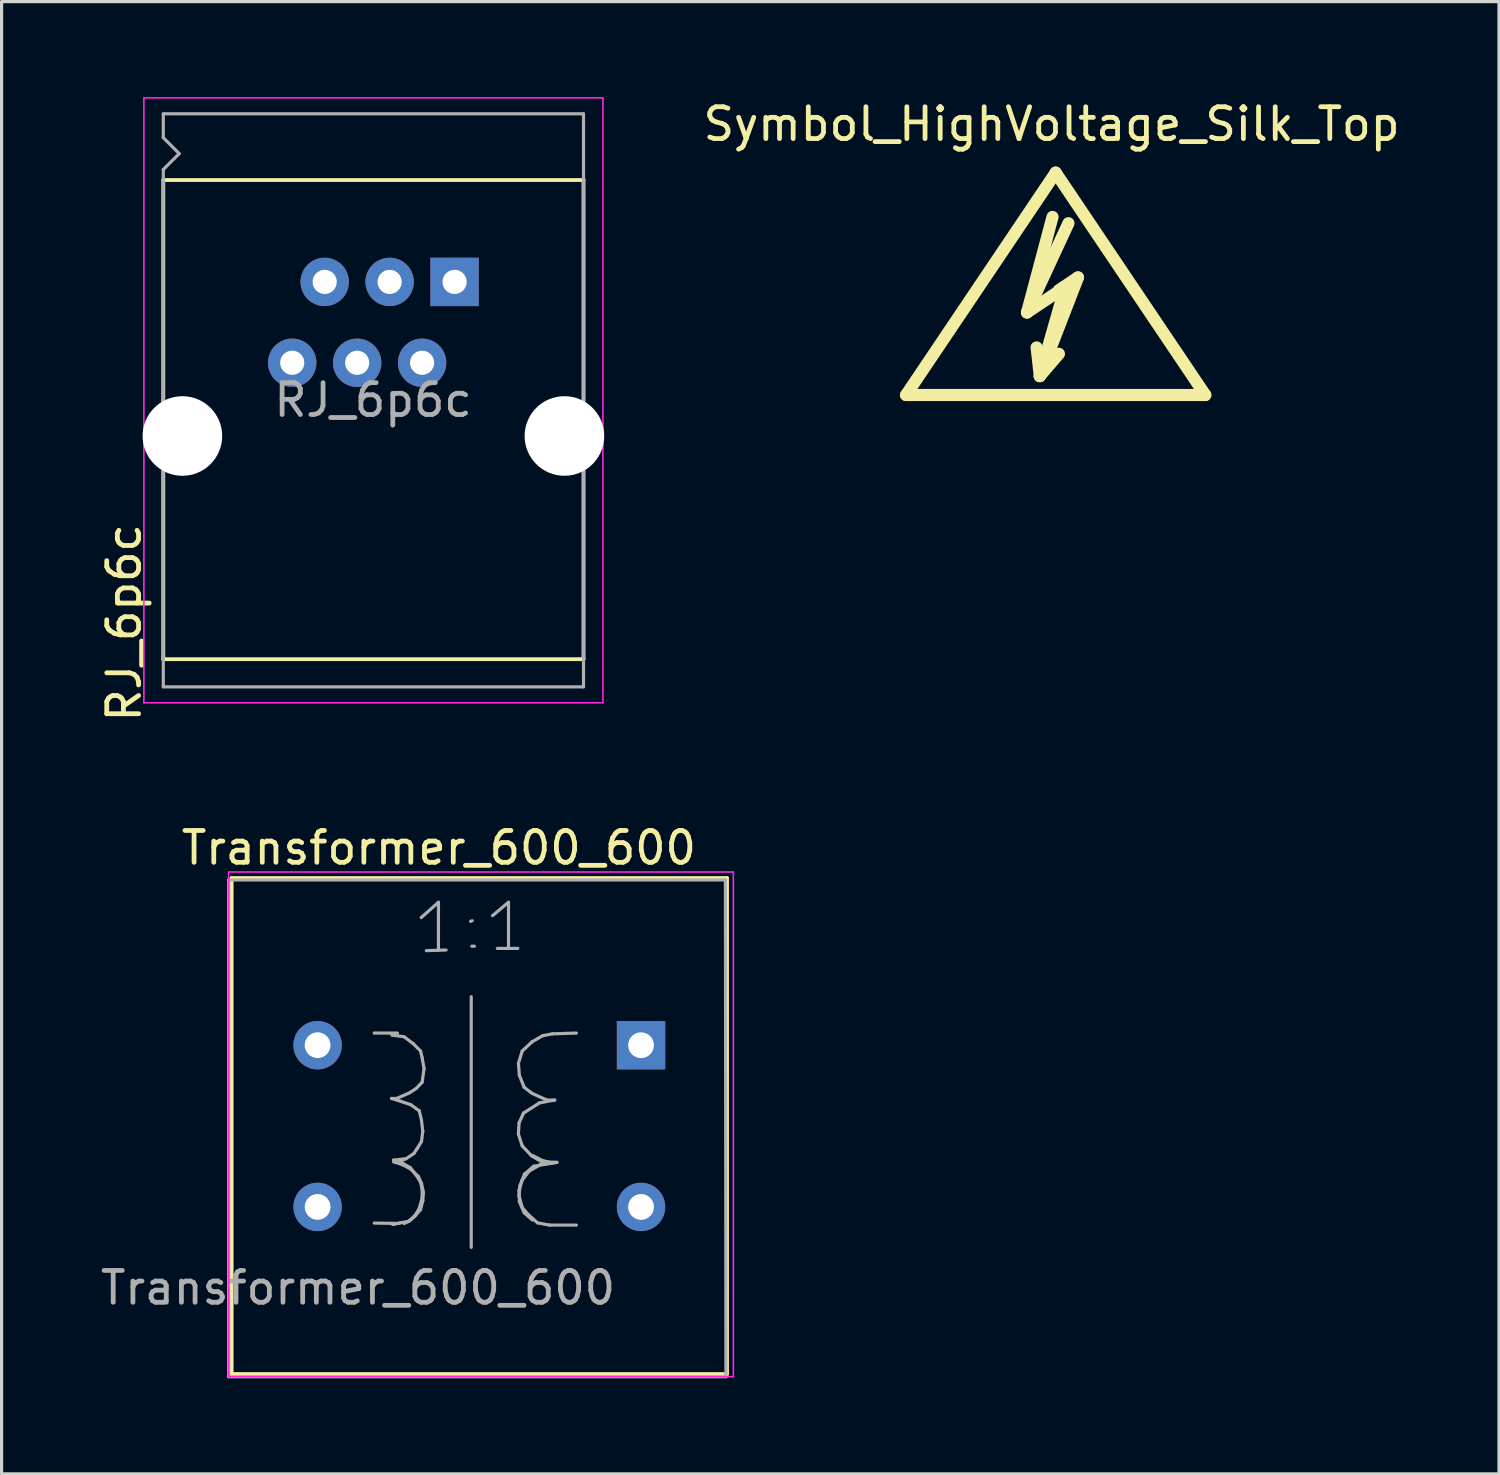
<source format=kicad_pcb>
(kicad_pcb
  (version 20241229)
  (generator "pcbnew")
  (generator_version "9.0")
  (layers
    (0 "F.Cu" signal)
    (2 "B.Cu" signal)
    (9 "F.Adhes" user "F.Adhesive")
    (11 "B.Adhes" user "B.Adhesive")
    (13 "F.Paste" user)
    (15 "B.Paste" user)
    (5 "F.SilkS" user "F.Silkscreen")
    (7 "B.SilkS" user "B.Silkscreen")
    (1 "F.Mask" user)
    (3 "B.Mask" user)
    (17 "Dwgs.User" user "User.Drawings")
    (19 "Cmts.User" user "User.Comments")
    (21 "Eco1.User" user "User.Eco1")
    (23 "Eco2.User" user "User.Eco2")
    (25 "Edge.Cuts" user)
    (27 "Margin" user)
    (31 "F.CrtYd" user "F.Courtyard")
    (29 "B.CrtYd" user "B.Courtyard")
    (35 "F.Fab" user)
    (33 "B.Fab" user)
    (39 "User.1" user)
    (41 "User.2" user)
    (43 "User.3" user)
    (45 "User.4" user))
  (footprint "RJ_6p6c"
    (layer "F.Cu")
    (at 5.509 1.755)
    (property "Reference" "RJ_6p6c" (at -4.661 14.757 90) (layer "F.SilkS") (effects (font (size 1 1) (thickness 0.15))))
    (attr through_hole)
    (fp_line (start -3.43 0.85) (end 9.77 0.85) (stroke (width 0.12) (type solid)) (layer "F.SilkS"))
    (fp_line (start -3.43 7.72) (end -3.43 7.79) (stroke (width 0.1) (type solid)) (layer "F.SilkS"))
    (fp_line (start -3.43 7.79) (end -3.43 0.85) (stroke (width 0.12) (type solid)) (layer "F.SilkS"))
    (fp_line (start -3.43 15.9) (end -3.43 9.99) (stroke (width 0.12) (type solid)) (layer "F.SilkS"))
    (fp_line (start 9.77 0.85) (end 9.77 7.79) (stroke (width 0.12) (type solid)) (layer "F.SilkS"))
    (fp_line (start 9.77 15.9) (end -3.43 15.9) (stroke (width 0.12) (type solid)) (layer "F.SilkS"))
    (fp_line (start 9.77 15.9) (end 9.77 9.99) (stroke (width 0.12) (type solid)) (layer "F.SilkS"))
    (fp_line (start -4.04 -1.73) (end 10.38 -1.73) (stroke (width 0.05) (type solid)) (layer "F.CrtYd"))
    (fp_line (start -4.04 17.27) (end -4.04 -1.73) (stroke (width 0.05) (type solid)) (layer "F.CrtYd"))
    (fp_line (start 10.38 -1.73) (end 10.38 17.27) (stroke (width 0.05) (type solid)) (layer "F.CrtYd"))
    (fp_line (start 10.38 17.27) (end -4.04 17.27) (stroke (width 0.05) (type solid)) (layer "F.CrtYd"))
    (fp_line (start -3.43 -1.23) (end 9.77 -1.23) (stroke (width 0.1) (type solid)) (layer "F.Fab"))
    (fp_line (start -3.43 -0.48) (end -3.43 -1.23) (stroke (width 0.1) (type solid)) (layer "F.Fab"))
    (fp_line (start -3.43 0.52) (end -2.93 0.02) (stroke (width 0.1) (type solid)) (layer "F.Fab"))
    (fp_line (start -3.43 16.77) (end -3.43 0.52) (stroke (width 0.1) (type solid)) (layer "F.Fab"))
    (fp_line (start -2.93 0.02) (end -3.43 -0.48) (stroke (width 0.1) (type solid)) (layer "F.Fab"))
    (fp_line (start 9.77 -1.23) (end 9.77 16.77) (stroke (width 0.1) (type solid)) (layer "F.Fab"))
    (fp_line (start 9.77 16.77) (end -3.43 16.77) (stroke (width 0.1) (type solid)) (layer "F.Fab"))
    (fp_text user "${REFERENCE}" (at 3.16 7.76 180) (layer "F.Fab") (effects (font (size 1 1) (thickness 0.15))))
    (pad "" np_thru_hole circle (at -2.83 8.89) (size 2.5 2.5) (drill 2.5) (layers "*.Cu" "*.Mask"))
    (pad "" np_thru_hole circle (at 9.17 8.89) (size 2.5 2.5) (drill 2.5) (layers "*.Cu" "*.Mask"))
    (pad "1" thru_hole rect (at 5.72 4.05) (size 1.52 1.52) (drill 0.76) (layers "*.Cu" "*.Mask"))
    (pad "2" thru_hole circle (at 4.7 6.59) (size 1.52 1.52) (drill 0.76) (layers "*.Cu" "*.Mask"))
    (pad "3" thru_hole circle (at 3.68 4.05) (size 1.52 1.52) (drill 0.76) (layers "*.Cu" "*.Mask"))
    (pad "4" thru_hole circle (at 2.66 6.59) (size 1.52 1.52) (drill 0.76) (layers "*.Cu" "*.Mask"))
    (pad "5" thru_hole circle (at 1.64 4.05) (size 1.52 1.52) (drill 0.76) (layers "*.Cu" "*.Mask"))
    (pad "6" thru_hole circle (at 0.62 6.59) (size 1.52 1.52) (drill 0.76) (layers "*.Cu" "*.Mask")))
  (footprint "Symbol_HighVoltage_Silk_Top"
    (layer "F.Cu")
    (at 30.11 6.563)
    (property "Reference" "Symbol_HighVoltage_Silk_Top" (at -0.127 -5.715 0) (layer "F.SilkS") (effects (font (size 1 1) (thickness 0.15))))
    (attr exclude_from_pos_files exclude_from_bom)
    (fp_line (start -4.699 2.794) (end 0 -4.191) (stroke (width 0.381) (type solid)) (layer "F.SilkS"))
    (fp_line (start -0.899 0.201) (end 0.3 -0.599) (stroke (width 0.381) (type solid)) (layer "F.SilkS"))
    (fp_line (start -0.899 0.201) (end 0.401 -2.601) (stroke (width 0.381) (type solid)) (layer "F.SilkS"))
    (fp_line (start -0.498 2.2) (end -0.599 1.3) (stroke (width 0.381) (type solid)) (layer "F.SilkS"))
    (fp_line (start -0.498 2.2) (end 0.102 1.501) (stroke (width 0.381) (type solid)) (layer "F.SilkS"))
    (fp_line (start -0.498 2.2) (end 0.701 -0.899) (stroke (width 0.381) (type solid)) (layer "F.SilkS"))
    (fp_line (start -0.099 -2.799) (end -0.899 0.201) (stroke (width 0.381) (type solid)) (layer "F.SilkS"))
    (fp_line (start 0 -4.191) (end 4.699 2.794) (stroke (width 0.381) (type solid)) (layer "F.SilkS"))
    (fp_line (start 0.3 -0.599) (end -0.498 2.2) (stroke (width 0.381) (type solid)) (layer "F.SilkS"))
    (fp_line (start 0.701 -0.899) (end 0.102 -0.5) (stroke (width 0.381) (type solid)) (layer "F.SilkS"))
    (fp_line (start 4.699 2.794) (end -4.699 2.794) (stroke (width 0.381) (type solid)) (layer "F.SilkS")))
  (footprint "Transformer_600_600"
    (layer "F.Cu")
    (at 17.086 29.781)
    (property "Reference" "Transformer_600_600" (at -6.35 -6.2 0) (layer "F.SilkS") (effects (font (size 1 1) (thickness 0.15))))
    (attr through_hole)
    (fp_line (start -12.86 -5.25) (end 2.7 -5.25) (stroke (width 0.12) (type solid)) (layer "F.SilkS"))
    (fp_line (start -12.86 10.33) (end -12.86 -5.25) (stroke (width 0.12) (type solid)) (layer "F.SilkS"))
    (fp_line (start 2.7 -5.25) (end 2.7 10.33) (stroke (width 0.12) (type solid)) (layer "F.SilkS"))
    (fp_line (start 2.7 10.33) (end -12.86 10.33) (stroke (width 0.12) (type solid)) (layer "F.SilkS"))
    (fp_line (start -12.954 -5.44) (end -12.954 10.414) (stroke (width 0.05) (type solid)) (layer "F.CrtYd"))
    (fp_line (start -12.954 -5.44) (end 2.9 -5.44) (stroke (width 0.05) (type solid)) (layer "F.CrtYd"))
    (fp_line (start 2.9 10.414) (end -12.954 10.414) (stroke (width 0.05) (type solid)) (layer "F.CrtYd"))
    (fp_line (start 2.9 10.414) (end 2.9 -5.44) (stroke (width 0.05) (type solid)) (layer "F.CrtYd"))
    (fp_line (start -12.954 -5.19) (end -12.954 10.414) (stroke (width 0.1) (type solid)) (layer "F.Fab"))
    (fp_line (start -12.954 10.414) (end 2.667 10.414) (stroke (width 0.1) (type solid)) (layer "F.Fab"))
    (fp_line (start -8.382 -0.381) (end -7.652 -0.381) (stroke (width 0.1) (type solid)) (layer "F.Fab"))
    (fp_line (start -7.836 1.673) (end -7.546 1.763) (stroke (width 0.1) (type solid)) (layer "F.Fab"))
    (fp_line (start -7.826 -0.317) (end -7.446 -0.267) (stroke (width 0.1) (type solid)) (layer "F.Fab"))
    (fp_line (start -7.776 3.611) (end -7.516 3.691) (stroke (width 0.1) (type solid)) (layer "F.Fab"))
    (fp_line (start -7.776 5.631) (end -7.836 5.611) (stroke (width 0.1) (type solid)) (layer "F.Fab"))
    (fp_line (start -7.766 3.663) (end -7.496 3.753) (stroke (width 0.1) (type solid)) (layer "F.Fab"))
    (fp_line (start -7.676 1.673) (end -7.836 1.673) (stroke (width 0.1) (type solid)) (layer "F.Fab"))
    (fp_line (start -7.616 3.663) (end -7.766 3.663) (stroke (width 0.1) (type solid)) (layer "F.Fab"))
    (fp_line (start -7.605 5.598) (end -8.382 5.588) (stroke (width 0.1) (type solid)) (layer "F.Fab"))
    (fp_line (start -7.566 5.581) (end -7.776 5.631) (stroke (width 0.1) (type solid)) (layer "F.Fab"))
    (fp_line (start -7.546 1.763) (end -7.226 1.873) (stroke (width 0.1) (type solid)) (layer "F.Fab"))
    (fp_line (start -7.516 3.691) (end -7.246 3.851) (stroke (width 0.1) (type solid)) (layer "F.Fab"))
    (fp_line (start -7.496 3.753) (end -7.246 3.883) (stroke (width 0.1) (type solid)) (layer "F.Fab"))
    (fp_line (start -7.446 -0.267) (end -7.156 -0.047) (stroke (width 0.1) (type solid)) (layer "F.Fab"))
    (fp_line (start -7.446 3.571) (end -7.776 3.611) (stroke (width 0.1) (type solid)) (layer "F.Fab"))
    (fp_line (start -7.376 3.563) (end -7.616 3.663) (stroke (width 0.1) (type solid)) (layer "F.Fab"))
    (fp_line (start -7.296 5.531) (end -7.566 5.581) (stroke (width 0.1) (type solid)) (layer "F.Fab"))
    (fp_line (start -7.266 1.493) (end -7.676 1.673) (stroke (width 0.1) (type solid)) (layer "F.Fab"))
    (fp_line (start -7.266 5.513) (end -7.446 5.603) (stroke (width 0.1) (type solid)) (layer "F.Fab"))
    (fp_line (start -7.246 3.851) (end -7.056 4.091) (stroke (width 0.1) (type solid)) (layer "F.Fab"))
    (fp_line (start -7.246 3.883) (end -6.996 4.123) (stroke (width 0.1) (type solid)) (layer "F.Fab"))
    (fp_line (start -7.226 1.873) (end -6.966 2.063) (stroke (width 0.1) (type solid)) (layer "F.Fab"))
    (fp_line (start -7.156 -0.047) (end -6.926 0.183) (stroke (width 0.1) (type solid)) (layer "F.Fab"))
    (fp_line (start -7.136 3.403) (end -7.376 3.563) (stroke (width 0.1) (type solid)) (layer "F.Fab"))
    (fp_line (start -7.106 5.373) (end -7.266 5.513) (stroke (width 0.1) (type solid)) (layer "F.Fab"))
    (fp_line (start -7.086 5.331) (end -7.296 5.531) (stroke (width 0.1) (type solid)) (layer "F.Fab"))
    (fp_line (start -7.056 1.353) (end -7.266 1.493) (stroke (width 0.1) (type solid)) (layer "F.Fab"))
    (fp_line (start -7.056 4.091) (end -6.926 4.301) (stroke (width 0.1) (type solid)) (layer "F.Fab"))
    (fp_line (start -7.036 3.253) (end -7.136 3.403) (stroke (width 0.1) (type solid)) (layer "F.Fab"))
    (fp_line (start -6.996 4.123) (end -6.896 4.343) (stroke (width 0.1) (type solid)) (layer "F.Fab"))
    (fp_line (start -6.966 2.063) (end -6.896 2.363) (stroke (width 0.1) (type solid)) (layer "F.Fab"))
    (fp_line (start -6.966 5.121) (end -7.086 5.331) (stroke (width 0.1) (type solid)) (layer "F.Fab"))
    (fp_line (start -6.926 0.183) (end -6.876 0.393) (stroke (width 0.1) (type solid)) (layer "F.Fab"))
    (fp_line (start -6.926 4.301) (end -6.876 4.531) (stroke (width 0.1) (type solid)) (layer "F.Fab"))
    (fp_line (start -6.926 5.163) (end -7.106 5.373) (stroke (width 0.1) (type solid)) (layer "F.Fab"))
    (fp_line (start -6.904 -4.01) (end -6.364 -4.49) (stroke (width 0.1) (type solid)) (layer "F.Fab"))
    (fp_line (start -6.896 2.363) (end -6.856 2.703) (stroke (width 0.1) (type solid)) (layer "F.Fab"))
    (fp_line (start -6.896 3.023) (end -7.036 3.253) (stroke (width 0.1) (type solid)) (layer "F.Fab"))
    (fp_line (start -6.896 4.343) (end -6.836 4.623) (stroke (width 0.1) (type solid)) (layer "F.Fab"))
    (fp_line (start -6.876 0.393) (end -6.816 0.733) (stroke (width 0.1) (type solid)) (layer "F.Fab"))
    (fp_line (start -6.876 1.163) (end -7.056 1.353) (stroke (width 0.1) (type solid)) (layer "F.Fab"))
    (fp_line (start -6.876 4.531) (end -6.876 4.801) (stroke (width 0.1) (type solid)) (layer "F.Fab"))
    (fp_line (start -6.876 4.801) (end -6.966 5.121) (stroke (width 0.1) (type solid)) (layer "F.Fab"))
    (fp_line (start -6.856 2.703) (end -6.896 3.023) (stroke (width 0.1) (type solid)) (layer "F.Fab"))
    (fp_line (start -6.856 4.893) (end -6.926 5.163) (stroke (width 0.1) (type solid)) (layer "F.Fab"))
    (fp_line (start -6.836 4.623) (end -6.856 4.893) (stroke (width 0.1) (type solid)) (layer "F.Fab"))
    (fp_line (start -6.816 0.733) (end -6.876 1.163) (stroke (width 0.1) (type solid)) (layer "F.Fab"))
    (fp_line (start -6.744 -2.97) (end -6.124 -2.99) (stroke (width 0.1) (type solid)) (layer "F.Fab"))
    (fp_line (start -6.364 -4.49) (end -6.364 -2.98) (stroke (width 0.1) (type solid)) (layer "F.Fab"))
    (fp_line (start -5.334 -1.524) (end -5.334 6.35) (stroke (width 0.1) (type solid)) (layer "F.Fab"))
    (fp_line (start -5.304 -3.91) (end -5.354 -3.89) (stroke (width 0.1) (type solid)) (layer "F.Fab"))
    (fp_line (start -5.234 -3.11) (end -5.314 -3.11) (stroke (width 0.1) (type solid)) (layer "F.Fab"))
    (fp_line (start -4.664 -4.07) (end -4.164 -4.49) (stroke (width 0.1) (type solid)) (layer "F.Fab"))
    (fp_line (start -4.514 -3.04) (end -3.874 -3.04) (stroke (width 0.1) (type solid)) (layer "F.Fab"))
    (fp_line (start -4.164 -4.49) (end -4.164 -3.04) (stroke (width 0.1) (type solid)) (layer "F.Fab"))
    (fp_line (start -3.852 0.573) (end -3.822 0.943) (stroke (width 0.1) (type solid)) (layer "F.Fab"))
    (fp_line (start -3.852 2.793) (end -3.732 3.163) (stroke (width 0.1) (type solid)) (layer "F.Fab"))
    (fp_line (start -3.832 2.443) (end -3.852 2.793) (stroke (width 0.1) (type solid)) (layer "F.Fab"))
    (fp_line (start -3.832 4.553) (end -3.822 4.913) (stroke (width 0.1) (type solid)) (layer "F.Fab"))
    (fp_line (start -3.832 4.731) (end -3.732 5.101) (stroke (width 0.1) (type solid)) (layer "F.Fab"))
    (fp_line (start -3.822 0.943) (end -3.672 1.323) (stroke (width 0.1) (type solid)) (layer "F.Fab"))
    (fp_line (start -3.822 4.913) (end -3.672 5.263) (stroke (width 0.1) (type solid)) (layer "F.Fab"))
    (fp_line (start -3.802 4.411) (end -3.832 4.731) (stroke (width 0.1) (type solid)) (layer "F.Fab"))
    (fp_line (start -3.732 0.183) (end -3.852 0.573) (stroke (width 0.1) (type solid)) (layer "F.Fab"))
    (fp_line (start -3.732 3.163) (end -3.442 3.473) (stroke (width 0.1) (type solid)) (layer "F.Fab"))
    (fp_line (start -3.732 4.233) (end -3.832 4.553) (stroke (width 0.1) (type solid)) (layer "F.Fab"))
    (fp_line (start -3.732 5.101) (end -3.532 5.331) (stroke (width 0.1) (type solid)) (layer "F.Fab"))
    (fp_line (start -3.692 2.133) (end -3.832 2.443) (stroke (width 0.1) (type solid)) (layer "F.Fab"))
    (fp_line (start -3.672 1.323) (end -3.422 1.513) (stroke (width 0.1) (type solid)) (layer "F.Fab"))
    (fp_line (start -3.672 5.263) (end -3.412 5.493) (stroke (width 0.1) (type solid)) (layer "F.Fab"))
    (fp_line (start -3.662 4.051) (end -3.802 4.411) (stroke (width 0.1) (type solid)) (layer "F.Fab"))
    (fp_line (start -3.532 5.331) (end -3.252 5.581) (stroke (width 0.1) (type solid)) (layer "F.Fab"))
    (fp_line (start -3.512 3.953) (end -3.732 4.233) (stroke (width 0.1) (type solid)) (layer "F.Fab"))
    (fp_line (start -3.442 3.473) (end -3.122 3.663) (stroke (width 0.1) (type solid)) (layer "F.Fab"))
    (fp_line (start -3.422 -0.107) (end -3.732 0.183) (stroke (width 0.1) (type solid)) (layer "F.Fab"))
    (fp_line (start -3.422 1.513) (end -2.962 1.723) (stroke (width 0.1) (type solid)) (layer "F.Fab"))
    (fp_line (start -3.412 3.461) (end -3.102 3.621) (stroke (width 0.1) (type solid)) (layer "F.Fab"))
    (fp_line (start -3.372 3.801) (end -3.662 4.051) (stroke (width 0.1) (type solid)) (layer "F.Fab"))
    (fp_line (start -3.252 5.581) (end -2.872 5.651) (stroke (width 0.1) (type solid)) (layer "F.Fab"))
    (fp_line (start -3.192 1.813) (end -3.692 2.133) (stroke (width 0.1) (type solid)) (layer "F.Fab"))
    (fp_line (start -3.162 3.753) (end -3.512 3.953) (stroke (width 0.1) (type solid)) (layer "F.Fab"))
    (fp_line (start -3.122 3.663) (end -2.682 3.683) (stroke (width 0.1) (type solid)) (layer "F.Fab"))
    (fp_line (start -3.102 3.621) (end -2.862 3.681) (stroke (width 0.1) (type solid)) (layer "F.Fab"))
    (fp_line (start -3.092 -0.297) (end -3.422 -0.107) (stroke (width 0.1) (type solid)) (layer "F.Fab"))
    (fp_line (start -2.962 1.723) (end -2.712 1.723) (stroke (width 0.1) (type solid)) (layer "F.Fab"))
    (fp_line (start -2.872 5.651) (end -2.032 5.651) (stroke (width 0.1) (type solid)) (layer "F.Fab"))
    (fp_line (start -2.862 3.681) (end -2.642 3.681) (stroke (width 0.1) (type solid)) (layer "F.Fab"))
    (fp_line (start -2.782 -0.357) (end -3.092 -0.297) (stroke (width 0.1) (type solid)) (layer "F.Fab"))
    (fp_line (start -2.712 1.723) (end -3.192 1.813) (stroke (width 0.1) (type solid)) (layer "F.Fab"))
    (fp_line (start -2.682 3.683) (end -3.162 3.753) (stroke (width 0.1) (type solid)) (layer "F.Fab"))
    (fp_line (start -2.642 3.681) (end -3.372 3.801) (stroke (width 0.1) (type solid)) (layer "F.Fab"))
    (fp_line (start -2.032 -0.381) (end -2.782 -0.357) (stroke (width 0.1) (type solid)) (layer "F.Fab"))
    (fp_line (start 2.65 -5.19) (end -12.954 -5.19) (stroke (width 0.1) (type solid)) (layer "F.Fab"))
    (fp_line (start 2.667 10.414) (end 2.65 -5.19) (stroke (width 0.1) (type solid)) (layer "F.Fab"))
    (fp_text user "${REFERENCE}" (at -8.89 7.62 0) (layer "F.Fab") (effects (font (size 1 1) (thickness 0.15))))
    (pad "1" thru_hole rect (at 0 0) (size 1.52 1.52) (drill 0.81) (layers "*.Cu" "*.Mask"))
    (pad "2" thru_hole circle (at 0 5.08) (size 1.52 1.52) (drill 0.81) (layers "*.Cu" "*.Mask"))
    (pad "3" thru_hole circle (at -10.16 5.08) (size 1.52 1.52) (drill 0.81) (layers "*.Cu" "*.Mask"))
    (pad "4" thru_hole circle (at -10.16 0) (size 1.52 1.52) (drill 0.81) (layers "*.Cu" "*.Mask")))
  (gr_rect
    (start -3 -3)
    (end 44.036 43.245)
    (stroke (width 0.1) (type default))
    (fill no)
    (layer "Edge.Cuts")))
</source>
